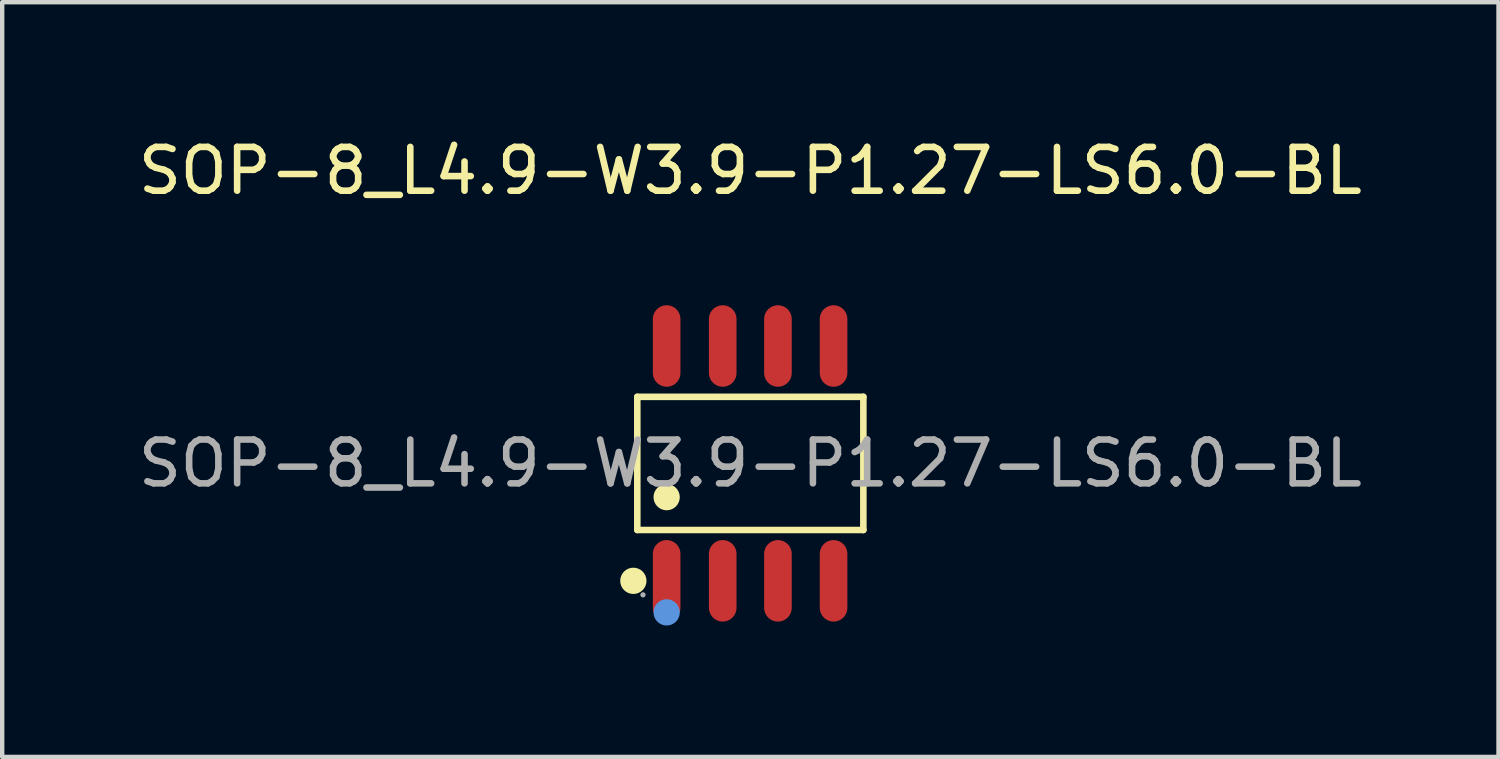
<source format=kicad_pcb>
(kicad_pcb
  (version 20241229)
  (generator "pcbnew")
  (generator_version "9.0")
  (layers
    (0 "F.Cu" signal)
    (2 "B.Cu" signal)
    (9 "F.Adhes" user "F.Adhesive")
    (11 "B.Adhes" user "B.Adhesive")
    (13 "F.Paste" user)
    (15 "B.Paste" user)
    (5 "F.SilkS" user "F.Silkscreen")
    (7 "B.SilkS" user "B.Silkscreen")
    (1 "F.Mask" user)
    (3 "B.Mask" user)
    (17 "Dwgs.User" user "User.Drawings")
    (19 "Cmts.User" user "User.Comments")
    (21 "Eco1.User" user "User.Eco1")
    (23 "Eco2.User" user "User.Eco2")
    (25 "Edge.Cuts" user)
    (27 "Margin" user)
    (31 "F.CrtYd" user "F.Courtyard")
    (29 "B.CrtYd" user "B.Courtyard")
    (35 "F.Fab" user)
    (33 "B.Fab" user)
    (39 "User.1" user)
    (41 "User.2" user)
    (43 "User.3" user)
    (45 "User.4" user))
  (footprint "SOP-8_L4.9-W3.9-P1.27-LS6.0-BL"
    (layer "F.Cu")
    (at 14.077 7.528)
    (property "Reference" "SOP-8_L4.9-W3.9-P1.27-LS6.0-BL" (at 0 -6.68 0) (layer "F.SilkS") (effects (font (size 1 1) (thickness 0.15))))
    (attr smd)
    (fp_line (start -2.58 -1.52) (end 2.58 -1.52) (stroke (width 0.15) (type solid)) (layer "F.SilkS"))
    (fp_line (start -2.58 1.52) (end -2.58 -1.52) (stroke (width 0.15) (type solid)) (layer "F.SilkS"))
    (fp_line (start 2.58 -1.52) (end 2.58 1.52) (stroke (width 0.15) (type solid)) (layer "F.SilkS"))
    (fp_line (start 2.58 1.52) (end -2.58 1.52) (stroke (width 0.15) (type solid)) (layer "F.SilkS"))
    (fp_circle (center -2.67 2.68) (end -2.52 2.68) (stroke (width 0.3) (type solid)) (fill no) (layer "F.SilkS"))
    (fp_circle (center -1.91 0.77) (end -1.76 0.77) (stroke (width 0.3) (type solid)) (fill no) (layer "F.SilkS"))
    (fp_circle (center -1.91 3.4) (end -1.76 3.4) (stroke (width 0.3) (type solid)) (fill no) (layer "Cmts.User"))
    (fp_circle (center -2.45 3) (end -2.42 3) (stroke (width 0.06) (type solid)) (fill no) (layer "F.Fab"))
    (fp_text user "${REFERENCE}" (at 0 0 0) (layer "F.Fab") (effects (font (size 1 1) (thickness 0.15))))
    (pad "1" smd oval (at -1.91 2.68) (size 0.63 1.86) (layers "F.Cu" "F.Mask" "F.Paste"))
    (pad "2" smd oval (at -0.63 2.68) (size 0.63 1.86) (layers "F.Cu" "F.Mask" "F.Paste"))
    (pad "3" smd oval (at 0.63 2.68) (size 0.63 1.86) (layers "F.Cu" "F.Mask" "F.Paste"))
    (pad "4" smd oval (at 1.9 2.68) (size 0.63 1.86) (layers "F.Cu" "F.Mask" "F.Paste"))
    (pad "5" smd oval (at 1.9 -2.68) (size 0.63 1.86) (layers "F.Cu" "F.Mask" "F.Paste"))
    (pad "6" smd oval (at 0.63 -2.68) (size 0.63 1.86) (layers "F.Cu" "F.Mask" "F.Paste"))
    (pad "7" smd oval (at -0.63 -2.68) (size 0.63 1.86) (layers "F.Cu" "F.Mask" "F.Paste"))
    (pad "8" smd oval (at -1.91 -2.68) (size 0.63 1.86) (layers "F.Cu" "F.Mask" "F.Paste")))
  (gr_rect
    (start -3 -3)
    (end 31.155 14.228)
    (stroke (width 0.1) (type default))
    (fill no)
    (layer "Edge.Cuts")))
</source>
